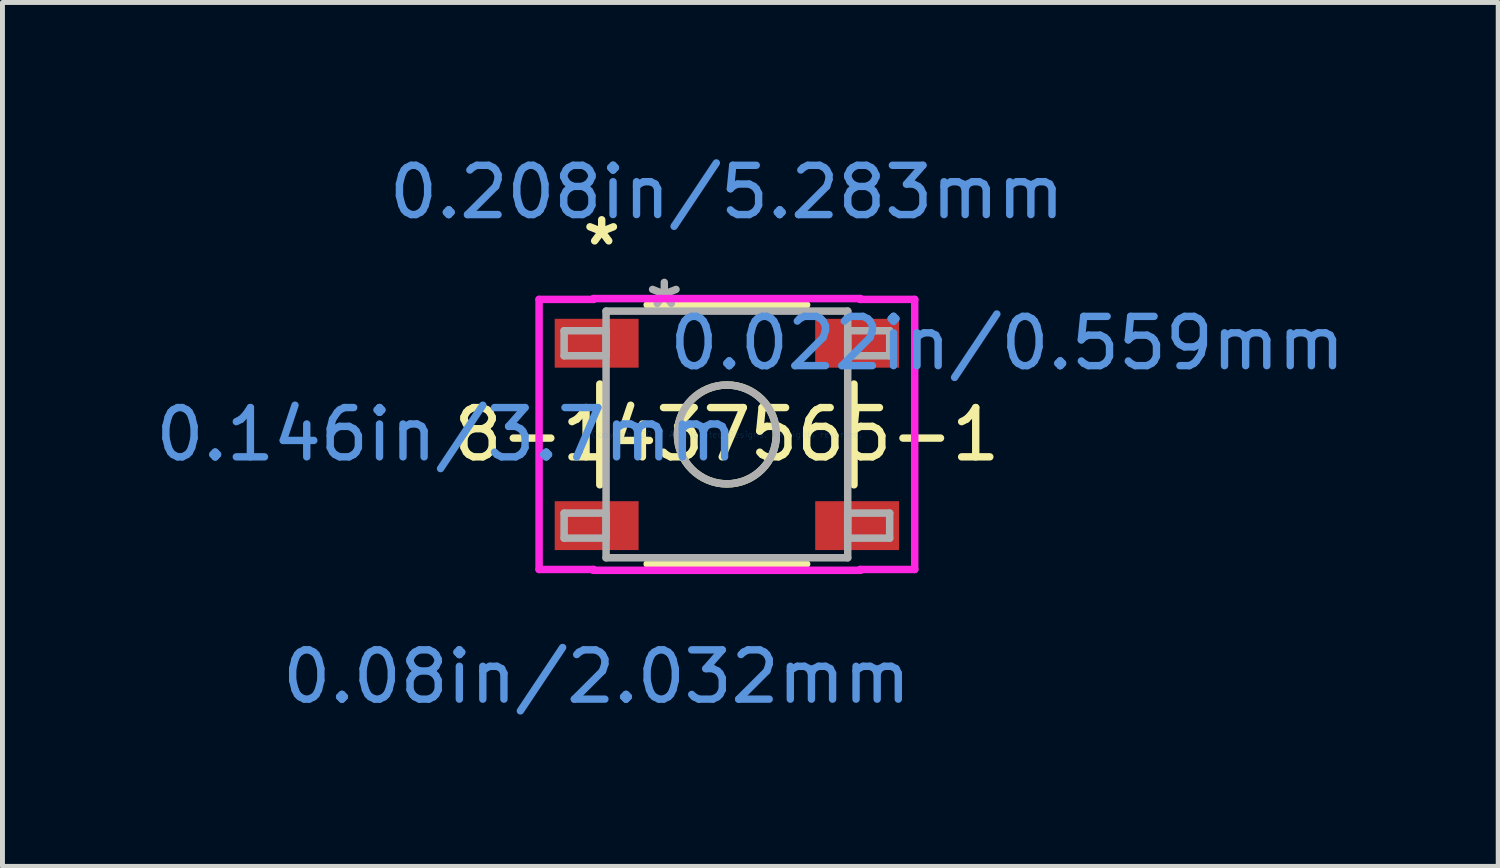
<source format=kicad_pcb>
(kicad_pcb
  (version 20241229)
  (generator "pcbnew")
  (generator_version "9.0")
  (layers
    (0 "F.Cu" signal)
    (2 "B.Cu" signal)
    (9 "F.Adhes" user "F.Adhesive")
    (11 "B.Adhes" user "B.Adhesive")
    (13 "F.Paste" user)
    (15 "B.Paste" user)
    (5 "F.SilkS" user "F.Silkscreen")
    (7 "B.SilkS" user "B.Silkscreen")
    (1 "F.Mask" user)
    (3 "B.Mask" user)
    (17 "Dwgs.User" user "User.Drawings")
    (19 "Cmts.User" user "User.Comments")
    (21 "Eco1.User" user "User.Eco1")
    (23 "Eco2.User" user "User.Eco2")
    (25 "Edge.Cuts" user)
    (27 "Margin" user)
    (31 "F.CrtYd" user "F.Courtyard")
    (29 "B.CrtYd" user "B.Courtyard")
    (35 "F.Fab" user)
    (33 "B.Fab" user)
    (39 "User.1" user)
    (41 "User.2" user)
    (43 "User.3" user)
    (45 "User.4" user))
  (footprint "8-1437565-1"
    (layer "F.Cu")
    (at 11.696 5.763)
    (property "Reference" "8-1437565-1" (at 0 0 0) (layer "F.SilkS") (effects (font (size 1 1) (thickness 0.15))))
    (attr through_hole)
    (fp_line (start -2.578 -1.022) (end -2.578 1.022) (stroke (width 0.152) (type solid)) (layer "F.SilkS"))
    (fp_line (start -1.617 2.629) (end 1.617 2.629) (stroke (width 0.152) (type solid)) (layer "F.SilkS"))
    (fp_line (start 1.617 -2.629) (end -1.617 -2.629) (stroke (width 0.152) (type solid)) (layer "F.SilkS"))
    (fp_line (start 2.578 1.022) (end 2.578 -1.022) (stroke (width 0.152) (type solid)) (layer "F.SilkS"))
    (fp_circle (center 0 0) (end 1.003 0) (stroke (width 0.152) (type solid)) (fill no) (layer "F.SilkS"))
    (fp_line (start -3.81 -2.739) (end -2.705 -2.739) (stroke (width 0.152) (type solid)) (layer "F.CrtYd"))
    (fp_line (start -3.81 2.739) (end -3.81 -2.739) (stroke (width 0.152) (type solid)) (layer "F.CrtYd"))
    (fp_line (start -2.705 -2.756) (end 2.705 -2.756) (stroke (width 0.152) (type solid)) (layer "F.CrtYd"))
    (fp_line (start -2.705 -2.739) (end -2.705 -2.756) (stroke (width 0.152) (type solid)) (layer "F.CrtYd"))
    (fp_line (start -2.705 2.739) (end -3.81 2.739) (stroke (width 0.152) (type solid)) (layer "F.CrtYd"))
    (fp_line (start -2.705 2.756) (end -2.705 2.739) (stroke (width 0.152) (type solid)) (layer "F.CrtYd"))
    (fp_line (start 2.705 -2.756) (end 2.705 -2.739) (stroke (width 0.152) (type solid)) (layer "F.CrtYd"))
    (fp_line (start 2.705 -2.739) (end 3.81 -2.739) (stroke (width 0.152) (type solid)) (layer "F.CrtYd"))
    (fp_line (start 2.705 2.739) (end 2.705 2.756) (stroke (width 0.152) (type solid)) (layer "F.CrtYd"))
    (fp_line (start 2.705 2.756) (end -2.705 2.756) (stroke (width 0.152) (type solid)) (layer "F.CrtYd"))
    (fp_line (start 3.81 -2.739) (end 3.81 2.739) (stroke (width 0.152) (type solid)) (layer "F.CrtYd"))
    (fp_line (start 3.81 2.739) (end 2.705 2.739) (stroke (width 0.152) (type solid)) (layer "F.CrtYd"))
    (fp_line (start -3.302 -2.104) (end -3.302 -1.596) (stroke (width 0.152) (type solid)) (layer "F.Fab"))
    (fp_line (start -3.302 -1.596) (end -2.451 -1.596) (stroke (width 0.152) (type solid)) (layer "F.Fab"))
    (fp_line (start -3.302 1.596) (end -3.302 2.104) (stroke (width 0.152) (type solid)) (layer "F.Fab"))
    (fp_line (start -3.302 2.104) (end -2.451 2.104) (stroke (width 0.152) (type solid)) (layer "F.Fab"))
    (fp_line (start -2.451 -2.502) (end -2.451 2.502) (stroke (width 0.152) (type solid)) (layer "F.Fab"))
    (fp_line (start -2.451 -2.104) (end -3.302 -2.104) (stroke (width 0.152) (type solid)) (layer "F.Fab"))
    (fp_line (start -2.451 -1.596) (end -2.451 -2.104) (stroke (width 0.152) (type solid)) (layer "F.Fab"))
    (fp_line (start -2.451 1.596) (end -3.302 1.596) (stroke (width 0.152) (type solid)) (layer "F.Fab"))
    (fp_line (start -2.451 2.104) (end -2.451 1.596) (stroke (width 0.152) (type solid)) (layer "F.Fab"))
    (fp_line (start -2.451 2.502) (end 2.451 2.502) (stroke (width 0.152) (type solid)) (layer "F.Fab"))
    (fp_line (start 2.451 -2.502) (end -2.451 -2.502) (stroke (width 0.152) (type solid)) (layer "F.Fab"))
    (fp_line (start 2.451 -2.104) (end 2.451 -1.596) (stroke (width 0.152) (type solid)) (layer "F.Fab"))
    (fp_line (start 2.451 -1.596) (end 3.302 -1.596) (stroke (width 0.152) (type solid)) (layer "F.Fab"))
    (fp_line (start 2.451 1.596) (end 2.451 2.104) (stroke (width 0.152) (type solid)) (layer "F.Fab"))
    (fp_line (start 2.451 2.104) (end 3.302 2.104) (stroke (width 0.152) (type solid)) (layer "F.Fab"))
    (fp_line (start 2.451 2.502) (end 2.451 -2.502) (stroke (width 0.152) (type solid)) (layer "F.Fab"))
    (fp_line (start 3.302 -2.104) (end 2.451 -2.104) (stroke (width 0.152) (type solid)) (layer "F.Fab"))
    (fp_line (start 3.302 -1.596) (end 3.302 -2.104) (stroke (width 0.152) (type solid)) (layer "F.Fab"))
    (fp_line (start 3.302 1.596) (end 2.451 1.596) (stroke (width 0.152) (type solid)) (layer "F.Fab"))
    (fp_line (start 3.302 2.104) (end 3.302 1.596) (stroke (width 0.152) (type solid)) (layer "F.Fab"))
    (fp_circle (center 0 0) (end 1.003 0) (stroke (width 0.152) (type solid)) (fill no) (layer "F.Fab"))
    (fp_text user "*" (at -2.54 -3.81 0) (layer "F.SilkS") (effects (font (size 1 1) (thickness 0.15))))
    (fp_text user "0.208in/5.283mm" (at 0 -4.915 0) (layer "Cmts.User") (effects (font (size 1 1) (thickness 0.15))))
    (fp_text user "Copyright 2016 Accelerated Designs. All rights reserved." (at 0 0 0) (layer "Cmts.User") (effects (font (size 0.127 0.127) (thickness 0.002))))
    (fp_text user "0.022in/0.559mm" (at 5.69 -1.85 0) (layer "Cmts.User") (effects (font (size 1 1) (thickness 0.15))))
    (fp_text user "0.146in/3.7mm" (at -5.69 0 0) (layer "Cmts.User") (effects (font (size 1 1) (thickness 0.15))))
    (fp_text user "0.08in/2.032mm" (at -2.642 4.915 0) (layer "Cmts.User") (effects (font (size 1 1) (thickness 0.15))))
    (fp_text user "*" (at -1.27 -2.54 0) (layer "F.Fab") (effects (font (size 1 1) (thickness 0.15))))
    (pad "1" smd rect (at -2.642 -1.85) (size 1.702 0.991) (layers "F.Cu" "F.Mask" "F.Paste"))
    (pad "2" smd rect (at 2.642 -1.85) (size 1.702 0.991) (layers "F.Cu" "F.Mask" "F.Paste"))
    (pad "3" smd rect (at -2.642 1.85) (size 1.702 0.991) (layers "F.Cu" "F.Mask" "F.Paste"))
    (pad "4" smd rect (at 2.642 1.85) (size 1.702 0.991) (layers "F.Cu" "F.Mask" "F.Paste")))
  (gr_rect
    (start -3 -3)
    (end 27.343 14.526)
    (stroke (width 0.1) (type default))
    (fill no)
    (layer "Edge.Cuts")))
</source>
